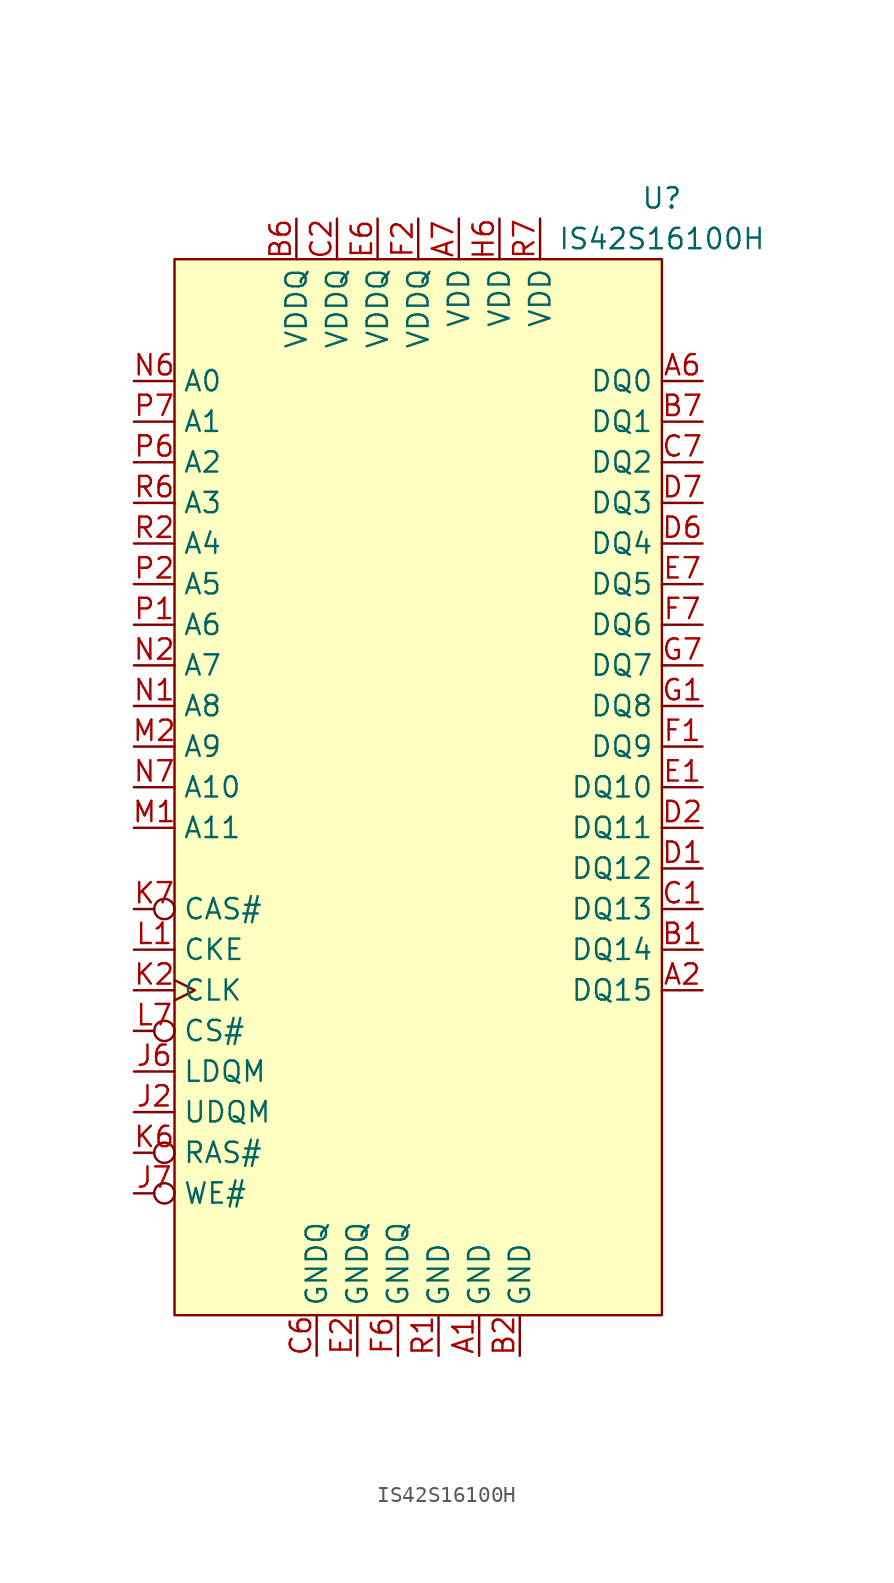
<source format=kicad_sym>
(kicad_symbol_lib
  (version 20201005)
  (generator kicad_symbol_editor)
  (symbol "Memory_RAM:IS42S16100H"
    (property "Reference" "U"
      (at 15.24 35.56 0)
      (effects (font (size 1.27 1.27))))
    (property "Value" "IS42S16100H"
      (at 15.24 33.02 0)
      (effects (font (size 1.27 1.27))))
    (symbol "IS42S16100H_0_1"
      (rectangle (start -15.24 31.75) (end 15.24 -34.29) (stroke (width 0.152)) (fill (type background))))
    (symbol "IS42S16100H_1_1"
      (pin power_in line (at 3.81 -36.83 90) (length 2.54) (name "GND" (effects (font (size 1.27 1.27)))) (number "A1" (effects (font (size 1.27 1.27)))))
      (pin input line (at 17.78 -13.97 180) (length 2.54) (name "DQ15" (effects (font (size 1.27 1.27)))) (number "A2" (effects (font (size 1.27 1.27)))))
      (pin input line (at 17.78 24.13 180) (length 2.54) (name "DQ0" (effects (font (size 1.27 1.27)))) (number "A6" (effects (font (size 1.27 1.27)))))
      (pin power_in line (at 2.54 34.29 270) (length 2.54) (name "VDD" (effects (font (size 1.27 1.27)))) (number "A7" (effects (font (size 1.27 1.27)))))
      (pin input line (at 17.78 -11.43 180) (length 2.54) (name "DQ14" (effects (font (size 1.27 1.27)))) (number "B1" (effects (font (size 1.27 1.27)))))
      (pin power_in line (at 6.35 -36.83 90) (length 2.54) (name "GND" (effects (font (size 1.27 1.27)))) (number "B2" (effects (font (size 1.27 1.27)))))
      (pin power_in line (at -7.62 34.29 270) (length 2.54) (name "VDDQ" (effects (font (size 1.27 1.27)))) (number "B6" (effects (font (size 1.27 1.27)))))
      (pin input line (at 17.78 21.59 180) (length 2.54) (name "DQ1" (effects (font (size 1.27 1.27)))) (number "B7" (effects (font (size 1.27 1.27)))))
      (pin input line (at 17.78 -8.89 180) (length 2.54) (name "DQ13" (effects (font (size 1.27 1.27)))) (number "C1" (effects (font (size 1.27 1.27)))))
      (pin power_in line (at -5.08 34.29 270) (length 2.54) (name "VDDQ" (effects (font (size 1.27 1.27)))) (number "C2" (effects (font (size 1.27 1.27)))))
      (pin power_in line (at -6.35 -36.83 90) (length 2.54) (name "GNDQ" (effects (font (size 1.27 1.27)))) (number "C6" (effects (font (size 1.27 1.27)))))
      (pin input line (at 17.78 19.05 180) (length 2.54) (name "DQ2" (effects (font (size 1.27 1.27)))) (number "C7" (effects (font (size 1.27 1.27)))))
      (pin input line (at 17.78 -6.35 180) (length 2.54) (name "DQ12" (effects (font (size 1.27 1.27)))) (number "D1" (effects (font (size 1.27 1.27)))))
      (pin input line (at 17.78 -3.81 180) (length 2.54) (name "DQ11" (effects (font (size 1.27 1.27)))) (number "D2" (effects (font (size 1.27 1.27)))))
      (pin input line (at 17.78 13.97 180) (length 2.54) (name "DQ4" (effects (font (size 1.27 1.27)))) (number "D6" (effects (font (size 1.27 1.27)))))
      (pin input line (at 17.78 16.51 180) (length 2.54) (name "DQ3" (effects (font (size 1.27 1.27)))) (number "D7" (effects (font (size 1.27 1.27)))))
      (pin input line (at 17.78 -1.27 180) (length 2.54) (name "DQ10" (effects (font (size 1.27 1.27)))) (number "E1" (effects (font (size 1.27 1.27)))))
      (pin power_in line (at -3.81 -36.83 90) (length 2.54) (name "GNDQ" (effects (font (size 1.27 1.27)))) (number "E2" (effects (font (size 1.27 1.27)))))
      (pin power_in line (at -2.54 34.29 270) (length 2.54) (name "VDDQ" (effects (font (size 1.27 1.27)))) (number "E6" (effects (font (size 1.27 1.27)))))
      (pin input line (at 17.78 11.43 180) (length 2.54) (name "DQ5" (effects (font (size 1.27 1.27)))) (number "E7" (effects (font (size 1.27 1.27)))))
      (pin input line (at 17.78 1.27 180) (length 2.54) (name "DQ9" (effects (font (size 1.27 1.27)))) (number "F1" (effects (font (size 1.27 1.27)))))
      (pin power_in line (at 0 34.29 270) (length 2.54) (name "VDDQ" (effects (font (size 1.27 1.27)))) (number "F2" (effects (font (size 1.27 1.27)))))
      (pin power_in line (at -1.27 -36.83 90) (length 2.54) (name "GNDQ" (effects (font (size 1.27 1.27)))) (number "F6" (effects (font (size 1.27 1.27)))))
      (pin input line (at 17.78 8.89 180) (length 2.54) (name "DQ6" (effects (font (size 1.27 1.27)))) (number "F7" (effects (font (size 1.27 1.27)))))
      (pin input line (at 17.78 3.81 180) (length 2.54) (name "DQ8" (effects (font (size 1.27 1.27)))) (number "G1" (effects (font (size 1.27 1.27)))))
      (pin input line (at 17.78 6.35 180) (length 2.54) (name "DQ7" (effects (font (size 1.27 1.27)))) (number "G7" (effects (font (size 1.27 1.27)))))
      (pin power_in line (at 7.62 34.29 270) (length 2.54) (name "VDD" (effects (font (size 1.27 1.27)))) (number "R7" (effects (font (size 1.27 1.27)))))
      (pin power_in line (at 5.08 34.29 270) (length 2.54) (name "VDD" (effects (font (size 1.27 1.27)))) (number "H6" (effects (font (size 1.27 1.27)))))
      (pin input line (at -17.78 -21.59 0) (length 2.54) (name "UDQM" (effects (font (size 1.27 1.27)))) (number "J2" (effects (font (size 1.27 1.27)))))
      (pin input line (at -17.78 -19.05 0) (length 2.54) (name "LDQM" (effects (font (size 1.27 1.27)))) (number "J6" (effects (font (size 1.27 1.27)))))
      (pin input inverted (at -17.78 -26.67 0) (length 2.54) (name "WE#" (effects (font (size 1.27 1.27)))) (number "J7" (effects (font (size 1.27 1.27)))))
      (pin input clock (at -17.78 -13.97 0) (length 2.54) (name "CLK" (effects (font (size 1.27 1.27)))) (number "K2" (effects (font (size 1.27 1.27)))))
      (pin input inverted (at -17.78 -24.13 0) (length 2.54) (name "RAS#" (effects (font (size 1.27 1.27)))) (number "K6" (effects (font (size 1.27 1.27)))))
      (pin input inverted (at -17.78 -8.89 0) (length 2.54) (name "CAS#" (effects (font (size 1.27 1.27)))) (number "K7" (effects (font (size 1.27 1.27)))))
      (pin input line (at -17.78 -11.43 0) (length 2.54) (name "CKE" (effects (font (size 1.27 1.27)))) (number "L1" (effects (font (size 1.27 1.27)))))
      (pin input inverted (at -17.78 -16.51 0) (length 2.54) (name "CS#" (effects (font (size 1.27 1.27)))) (number "L7" (effects (font (size 1.27 1.27)))))
      (pin input line (at -17.78 -3.81 0) (length 2.54) (name "A11" (effects (font (size 1.27 1.27)))) (number "M1" (effects (font (size 1.27 1.27)))))
      (pin input line (at -17.78 1.27 0) (length 2.54) (name "A9" (effects (font (size 1.27 1.27)))) (number "M2" (effects (font (size 1.27 1.27)))))
      (pin input line (at -17.78 3.81 0) (length 2.54) (name "A8" (effects (font (size 1.27 1.27)))) (number "N1" (effects (font (size 1.27 1.27)))))
      (pin input line (at -17.78 6.35 0) (length 2.54) (name "A7" (effects (font (size 1.27 1.27)))) (number "N2" (effects (font (size 1.27 1.27)))))
      (pin input line (at -17.78 24.13 0) (length 2.54) (name "A0" (effects (font (size 1.27 1.27)))) (number "N6" (effects (font (size 1.27 1.27)))))
      (pin input line (at -17.78 -1.27 0) (length 2.54) (name "A10" (effects (font (size 1.27 1.27)))) (number "N7" (effects (font (size 1.27 1.27)))))
      (pin input line (at -17.78 8.89 0) (length 2.54) (name "A6" (effects (font (size 1.27 1.27)))) (number "P1" (effects (font (size 1.27 1.27)))))
      (pin input line (at -17.78 11.43 0) (length 2.54) (name "A5" (effects (font (size 1.27 1.27)))) (number "P2" (effects (font (size 1.27 1.27)))))
      (pin input line (at -17.78 19.05 0) (length 2.54) (name "A2" (effects (font (size 1.27 1.27)))) (number "P6" (effects (font (size 1.27 1.27)))))
      (pin input line (at -17.78 21.59 0) (length 2.54) (name "A1" (effects (font (size 1.27 1.27)))) (number "P7" (effects (font (size 1.27 1.27)))))
      (pin power_in line (at 1.27 -36.83 90) (length 2.54) (name "GND" (effects (font (size 1.27 1.27)))) (number "R1" (effects (font (size 1.27 1.27)))))
      (pin input line (at -17.78 13.97 0) (length 2.54) (name "A4" (effects (font (size 1.27 1.27)))) (number "R2" (effects (font (size 1.27 1.27)))))
      (pin input line (at -17.78 16.51 0) (length 2.54) (name "A3" (effects (font (size 1.27 1.27)))) (number "R6" (effects (font (size 1.27 1.27))))))))
</source>
